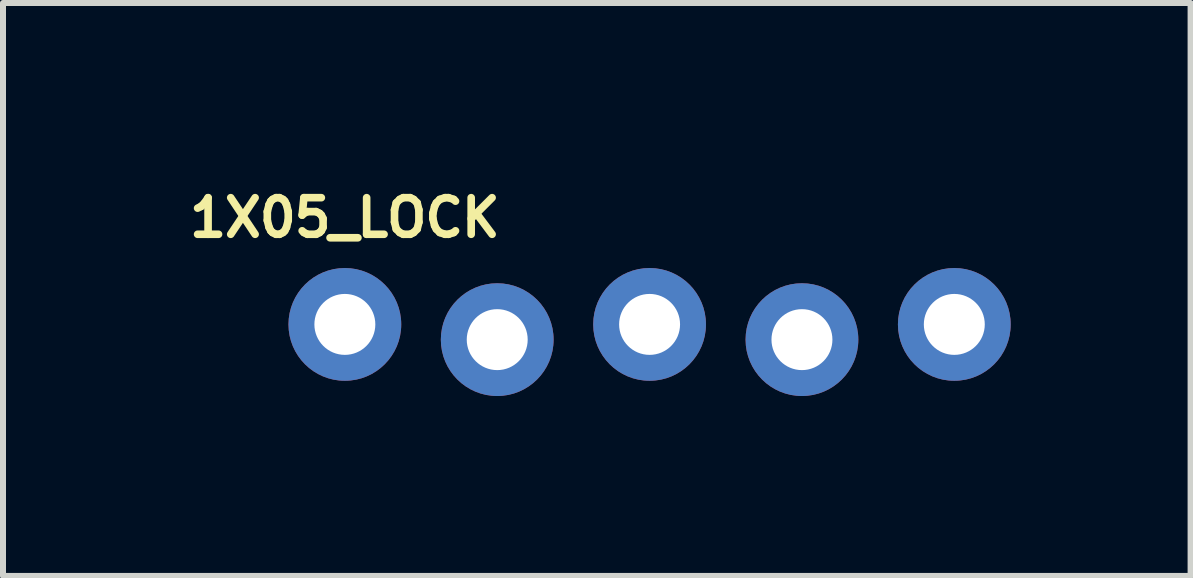
<source format=kicad_pcb>
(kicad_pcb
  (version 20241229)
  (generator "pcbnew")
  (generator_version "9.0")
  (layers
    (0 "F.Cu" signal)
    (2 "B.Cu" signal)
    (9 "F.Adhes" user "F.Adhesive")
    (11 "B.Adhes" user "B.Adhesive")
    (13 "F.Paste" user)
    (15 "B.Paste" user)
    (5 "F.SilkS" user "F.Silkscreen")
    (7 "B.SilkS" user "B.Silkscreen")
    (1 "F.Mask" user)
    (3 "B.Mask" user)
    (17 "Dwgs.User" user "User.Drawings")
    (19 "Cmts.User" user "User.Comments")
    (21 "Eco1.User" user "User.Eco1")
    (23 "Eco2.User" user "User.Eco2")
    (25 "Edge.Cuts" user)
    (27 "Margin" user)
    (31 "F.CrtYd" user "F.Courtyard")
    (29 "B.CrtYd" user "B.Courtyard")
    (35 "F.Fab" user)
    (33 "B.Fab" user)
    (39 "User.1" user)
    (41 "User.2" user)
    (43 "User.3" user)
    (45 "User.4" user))
  (footprint "1X05_LOCK"
    (layer "F.Cu")
    (at 2.699 2.485)
    (property "Reference" "1X05_LOCK" (at 0 -1.905 0) (layer "F.SilkS") (effects (font (size 0.61 0.61) (thickness 0.127))))
    (attr exclude_from_pos_files exclude_from_bom)
    (fp_line (start -0.254 -0.254) (end 0.254 -0.254) (stroke (width 0.066) (type solid)) (layer "Dwgs.User"))
    (fp_line (start -0.254 0.254) (end -0.254 -0.254) (stroke (width 0.066) (type solid)) (layer "Dwgs.User"))
    (fp_line (start -0.254 0.254) (end 0.254 0.254) (stroke (width 0.066) (type solid)) (layer "Dwgs.User"))
    (fp_line (start 0.254 0.254) (end 0.254 -0.254) (stroke (width 0.066) (type solid)) (layer "Dwgs.User"))
    (fp_line (start 2.286 -0.254) (end 2.794 -0.254) (stroke (width 0.066) (type solid)) (layer "Dwgs.User"))
    (fp_line (start 2.286 0.254) (end 2.286 -0.254) (stroke (width 0.066) (type solid)) (layer "Dwgs.User"))
    (fp_line (start 2.286 0.254) (end 2.794 0.254) (stroke (width 0.066) (type solid)) (layer "Dwgs.User"))
    (fp_line (start 2.794 0.254) (end 2.794 -0.254) (stroke (width 0.066) (type solid)) (layer "Dwgs.User"))
    (fp_line (start 4.826 -0.254) (end 5.334 -0.254) (stroke (width 0.066) (type solid)) (layer "Dwgs.User"))
    (fp_line (start 4.826 0.254) (end 4.826 -0.254) (stroke (width 0.066) (type solid)) (layer "Dwgs.User"))
    (fp_line (start 4.826 0.254) (end 5.334 0.254) (stroke (width 0.066) (type solid)) (layer "Dwgs.User"))
    (fp_line (start 5.334 0.254) (end 5.334 -0.254) (stroke (width 0.066) (type solid)) (layer "Dwgs.User"))
    (fp_line (start 7.366 -0.254) (end 7.874 -0.254) (stroke (width 0.066) (type solid)) (layer "Dwgs.User"))
    (fp_line (start 7.366 0.254) (end 7.366 -0.254) (stroke (width 0.066) (type solid)) (layer "Dwgs.User"))
    (fp_line (start 7.366 0.254) (end 7.874 0.254) (stroke (width 0.066) (type solid)) (layer "Dwgs.User"))
    (fp_line (start 7.874 0.254) (end 7.874 -0.254) (stroke (width 0.066) (type solid)) (layer "Dwgs.User"))
    (fp_line (start 9.906 -0.254) (end 10.414 -0.254) (stroke (width 0.066) (type solid)) (layer "Dwgs.User"))
    (fp_line (start 9.906 0.254) (end 9.906 -0.254) (stroke (width 0.066) (type solid)) (layer "Dwgs.User"))
    (fp_line (start 9.906 0.254) (end 10.414 0.254) (stroke (width 0.066) (type solid)) (layer "Dwgs.User"))
    (fp_line (start 10.414 0.254) (end 10.414 -0.254) (stroke (width 0.066) (type solid)) (layer "Dwgs.User"))
    (pad "1" thru_hole circle (at 0 -0.127) (size 1.88 1.88) (drill 1.016) (layers "*.Cu" "*.Mask"))
    (pad "2" thru_hole circle (at 2.54 0.127) (size 1.88 1.88) (drill 1.016) (layers "*.Cu" "*.Mask"))
    (pad "3" thru_hole circle (at 5.08 -0.127) (size 1.88 1.88) (drill 1.016) (layers "*.Cu" "*.Mask"))
    (pad "4" thru_hole circle (at 7.62 0.127) (size 1.88 1.88) (drill 1.016) (layers "*.Cu" "*.Mask"))
    (pad "5" thru_hole circle (at 10.16 -0.127) (size 1.88 1.88) (drill 1.016) (layers "*.Cu" "*.Mask")))
  (gr_rect
    (start -3 -3)
    (end 16.798 6.551)
    (stroke (width 0.1) (type default))
    (fill no)
    (layer "Edge.Cuts")))
</source>
